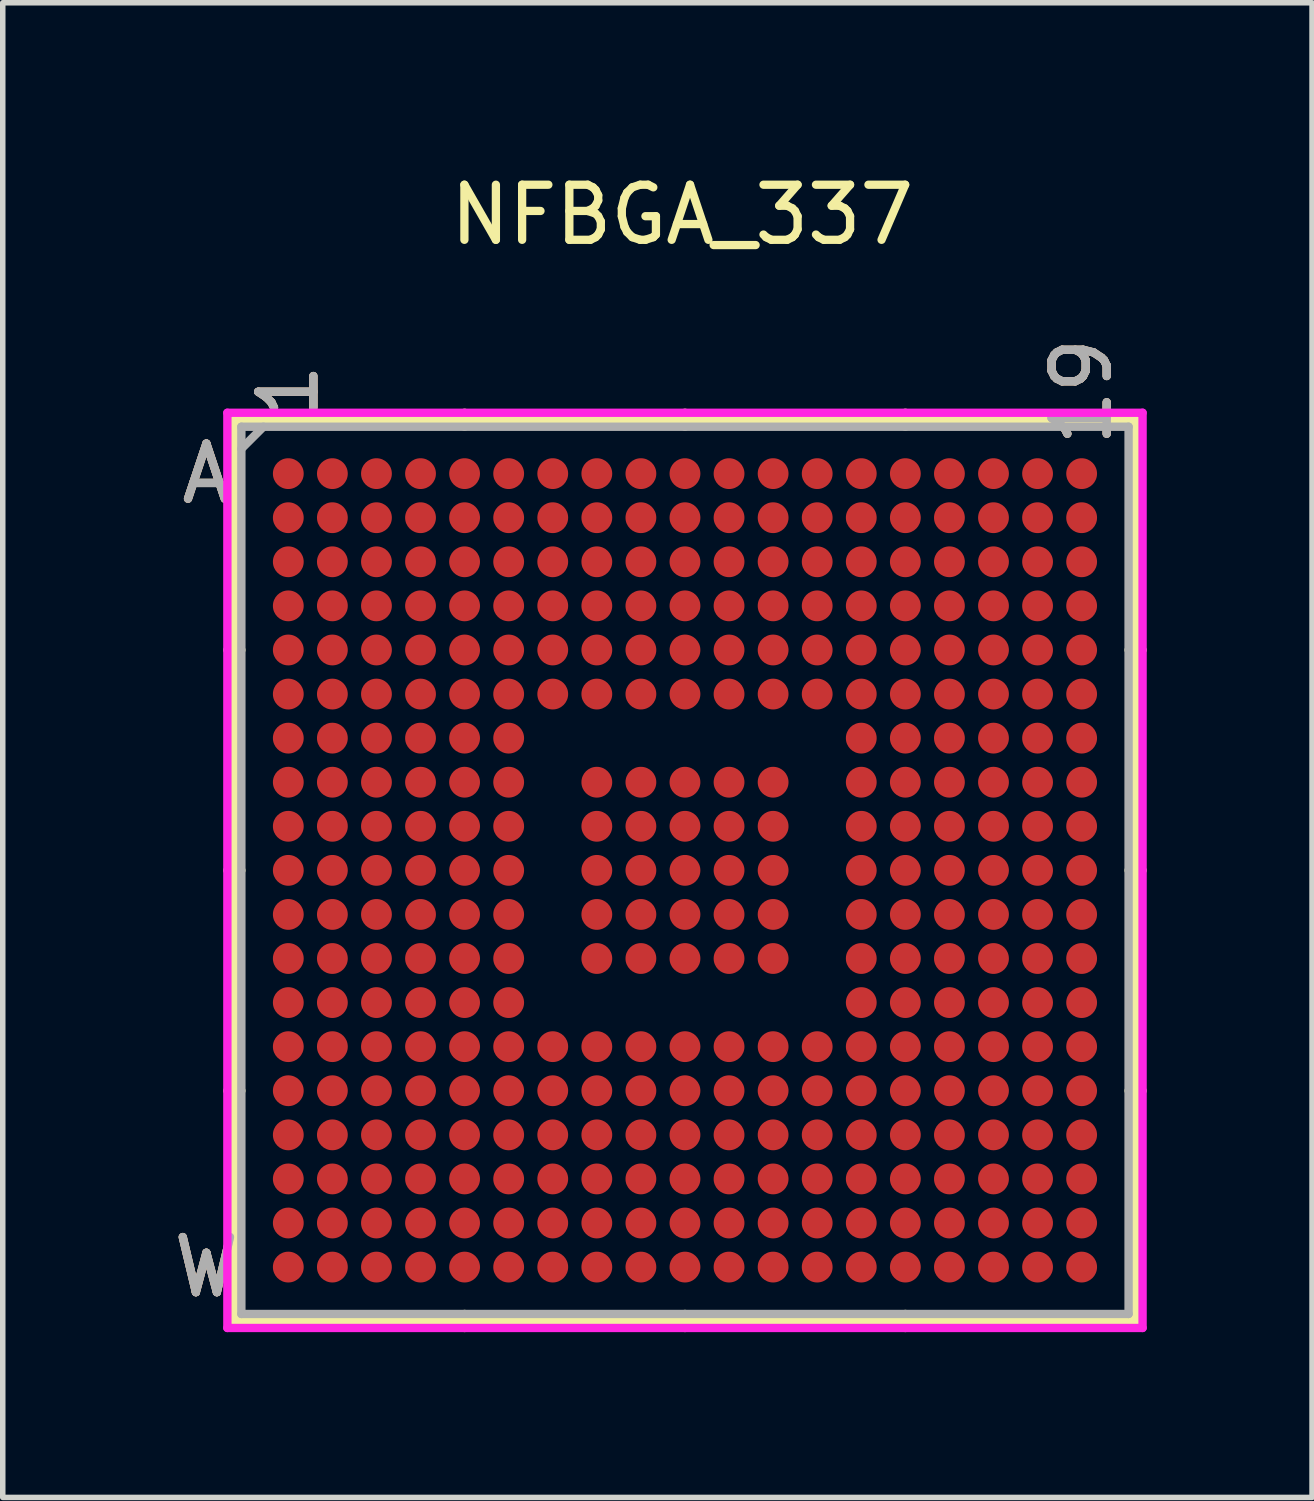
<source format=kicad_pcb>
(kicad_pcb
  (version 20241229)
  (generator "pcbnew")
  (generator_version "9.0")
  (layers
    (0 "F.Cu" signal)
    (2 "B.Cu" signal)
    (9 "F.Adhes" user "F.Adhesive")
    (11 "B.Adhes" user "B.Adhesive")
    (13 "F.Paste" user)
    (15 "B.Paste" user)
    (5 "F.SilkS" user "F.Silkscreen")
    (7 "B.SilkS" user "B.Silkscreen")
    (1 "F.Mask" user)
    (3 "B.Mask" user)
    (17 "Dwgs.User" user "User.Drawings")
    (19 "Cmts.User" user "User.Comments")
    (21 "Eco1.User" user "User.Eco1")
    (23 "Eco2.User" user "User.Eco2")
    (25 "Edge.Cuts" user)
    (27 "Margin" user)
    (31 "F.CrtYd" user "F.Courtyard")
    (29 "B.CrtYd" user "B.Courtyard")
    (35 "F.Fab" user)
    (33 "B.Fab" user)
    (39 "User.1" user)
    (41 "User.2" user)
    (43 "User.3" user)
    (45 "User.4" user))
  (footprint "NFBGA_337"
    (layer "F.Cu")
    (at 9.383 12.748)
    (property "Reference" "NFBGA_337" (at -0.051 -11.9 0) (layer "F.SilkS") (effects (font (size 1 1) (thickness 0.15))))
    (attr through_hole)
    (fp_line (start -8.179 -8.179) (end -8.179 8.179) (stroke (width 0.152) (type solid)) (layer "F.SilkS"))
    (fp_line (start -8.179 8.179) (end 8.179 8.179) (stroke (width 0.152) (type solid)) (layer "F.SilkS"))
    (fp_line (start -8.052 -4) (end -8.306 -4) (stroke (width 0.152) (type solid)) (layer "F.SilkS"))
    (fp_line (start -8.052 0) (end -8.306 0) (stroke (width 0.152) (type solid)) (layer "F.SilkS"))
    (fp_line (start -8.052 4) (end -8.306 4) (stroke (width 0.152) (type solid)) (layer "F.SilkS"))
    (fp_line (start -4 -8.052) (end -4 -8.306) (stroke (width 0.152) (type solid)) (layer "F.SilkS"))
    (fp_line (start -4 8.052) (end -4 8.306) (stroke (width 0.152) (type solid)) (layer "F.SilkS"))
    (fp_line (start 0 -8.052) (end 0 -8.306) (stroke (width 0.152) (type solid)) (layer "F.SilkS"))
    (fp_line (start 0 8.052) (end 0 8.306) (stroke (width 0.152) (type solid)) (layer "F.SilkS"))
    (fp_line (start 4 -8.052) (end 4 -8.306) (stroke (width 0.152) (type solid)) (layer "F.SilkS"))
    (fp_line (start 4 8.052) (end 4 8.306) (stroke (width 0.152) (type solid)) (layer "F.SilkS"))
    (fp_line (start 8.052 -4) (end 8.306 -4) (stroke (width 0.152) (type solid)) (layer "F.SilkS"))
    (fp_line (start 8.052 0) (end 8.306 0) (stroke (width 0.152) (type solid)) (layer "F.SilkS"))
    (fp_line (start 8.052 4) (end 8.306 4) (stroke (width 0.152) (type solid)) (layer "F.SilkS"))
    (fp_line (start 8.179 -8.179) (end -8.179 -8.179) (stroke (width 0.152) (type solid)) (layer "F.SilkS"))
    (fp_line (start 8.179 8.179) (end 8.179 -8.179) (stroke (width 0.152) (type solid)) (layer "F.SilkS"))
    (fp_line (start -8.306 -8.306) (end 8.306 -8.306) (stroke (width 0.152) (type solid)) (layer "F.CrtYd"))
    (fp_line (start -8.306 8.306) (end -8.306 -8.306) (stroke (width 0.152) (type solid)) (layer "F.CrtYd"))
    (fp_line (start 8.306 -8.306) (end 8.306 8.306) (stroke (width 0.152) (type solid)) (layer "F.CrtYd"))
    (fp_line (start 8.306 8.306) (end -8.306 8.306) (stroke (width 0.152) (type solid)) (layer "F.CrtYd"))
    (fp_line (start -8.052 -8.052) (end -8.052 8.052) (stroke (width 0.152) (type solid)) (layer "F.Fab"))
    (fp_line (start -8.052 8.052) (end 8.052 8.052) (stroke (width 0.152) (type solid)) (layer "F.Fab"))
    (fp_line (start -7.652 -8.052) (end -8.052 -7.652) (stroke (width 0.152) (type solid)) (layer "F.Fab"))
    (fp_line (start 8.052 -8.052) (end -8.052 -8.052) (stroke (width 0.152) (type solid)) (layer "F.Fab"))
    (fp_line (start 8.052 8.052) (end 8.052 -8.052) (stroke (width 0.152) (type solid)) (layer "F.Fab"))
    (fp_text user "1" (at -7.2 -8.687 90) (layer "F.SilkS") (effects (font (size 1 1) (thickness 0.15))))
    (fp_text user "A" (at -8.687 -7.201 0) (layer "F.SilkS") (effects (font (size 1 1) (thickness 0.15))))
    (fp_text user "19" (at 7.2 -8.687 90) (layer "F.SilkS") (effects (font (size 1 1) (thickness 0.15))))
    (fp_text user "W" (at -8.687 7.201 0) (layer "F.SilkS") (effects (font (size 1 1) (thickness 0.15))))
    (fp_text user "1" (at -7.2 -8.687 90) (layer "B.SilkS") (effects (font (size 1 1) (thickness 0.15))))
    (fp_text user "W" (at -8.687 7.201 0) (layer "B.SilkS") (effects (font (size 1 1) (thickness 0.15))))
    (fp_text user "A" (at -8.687 -7.201 0) (layer "B.SilkS") (effects (font (size 1 1) (thickness 0.15))))
    (fp_text user "19" (at 7.2 -8.687 90) (layer "B.SilkS") (effects (font (size 1 1) (thickness 0.15))))
    (fp_text user "A" (at -8.687 -7.201 0) (layer "F.Fab") (effects (font (size 1 1) (thickness 0.15))))
    (fp_text user "W" (at -8.687 7.201 0) (layer "F.Fab") (effects (font (size 1 1) (thickness 0.15))))
    (fp_text user "19" (at 7.2 -8.687 90) (layer "F.Fab") (effects (font (size 1 1) (thickness 0.15))))
    (fp_text user "1" (at -7.2 -8.687 90) (layer "F.Fab") (effects (font (size 1 1) (thickness 0.15))))
    (pad "A1" smd circle (at -7.2 -7.201) (size 0.559 0.559) (layers "F.Cu" "F.Mask" "F.Paste"))
    (pad "A2" smd circle (at -6.4 -7.201) (size 0.559 0.559) (layers "F.Cu" "F.Mask" "F.Paste"))
    (pad "A3" smd circle (at -5.6 -7.201) (size 0.559 0.559) (layers "F.Cu" "F.Mask" "F.Paste"))
    (pad "A4" smd circle (at -4.8 -7.201) (size 0.559 0.559) (layers "F.Cu" "F.Mask" "F.Paste"))
    (pad "A5" smd circle (at -4 -7.201) (size 0.559 0.559) (layers "F.Cu" "F.Mask" "F.Paste"))
    (pad "A6" smd circle (at -3.2 -7.201) (size 0.559 0.559) (layers "F.Cu" "F.Mask" "F.Paste"))
    (pad "A7" smd circle (at -2.4 -7.201) (size 0.559 0.559) (layers "F.Cu" "F.Mask" "F.Paste"))
    (pad "A8" smd circle (at -1.6 -7.201) (size 0.559 0.559) (layers "F.Cu" "F.Mask" "F.Paste"))
    (pad "A9" smd circle (at -0.8 -7.201) (size 0.559 0.559) (layers "F.Cu" "F.Mask" "F.Paste"))
    (pad "A10" smd circle (at 0 -7.201) (size 0.559 0.559) (layers "F.Cu" "F.Mask" "F.Paste"))
    (pad "A11" smd circle (at 0.8 -7.201) (size 0.559 0.559) (layers "F.Cu" "F.Mask" "F.Paste"))
    (pad "A12" smd circle (at 1.6 -7.201) (size 0.559 0.559) (layers "F.Cu" "F.Mask" "F.Paste"))
    (pad "A13" smd circle (at 2.4 -7.201) (size 0.559 0.559) (layers "F.Cu" "F.Mask" "F.Paste"))
    (pad "A14" smd circle (at 3.2 -7.201) (size 0.559 0.559) (layers "F.Cu" "F.Mask" "F.Paste"))
    (pad "A15" smd circle (at 4 -7.201) (size 0.559 0.559) (layers "F.Cu" "F.Mask" "F.Paste"))
    (pad "A16" smd circle (at 4.8 -7.201) (size 0.559 0.559) (layers "F.Cu" "F.Mask" "F.Paste"))
    (pad "A17" smd circle (at 5.6 -7.201) (size 0.559 0.559) (layers "F.Cu" "F.Mask" "F.Paste"))
    (pad "A18" smd circle (at 6.4 -7.201) (size 0.559 0.559) (layers "F.Cu" "F.Mask" "F.Paste"))
    (pad "A19" smd circle (at 7.2 -7.201) (size 0.559 0.559) (layers "F.Cu" "F.Mask" "F.Paste"))
    (pad "B1" smd circle (at -7.2 -6.401) (size 0.559 0.559) (layers "F.Cu" "F.Mask" "F.Paste"))
    (pad "B2" smd circle (at -6.4 -6.401) (size 0.559 0.559) (layers "F.Cu" "F.Mask" "F.Paste"))
    (pad "B3" smd circle (at -5.6 -6.401) (size 0.559 0.559) (layers "F.Cu" "F.Mask" "F.Paste"))
    (pad "B4" smd circle (at -4.8 -6.401) (size 0.559 0.559) (layers "F.Cu" "F.Mask" "F.Paste"))
    (pad "B5" smd circle (at -4 -6.401) (size 0.559 0.559) (layers "F.Cu" "F.Mask" "F.Paste"))
    (pad "B6" smd circle (at -3.2 -6.401) (size 0.559 0.559) (layers "F.Cu" "F.Mask" "F.Paste"))
    (pad "B7" smd circle (at -2.4 -6.401) (size 0.559 0.559) (layers "F.Cu" "F.Mask" "F.Paste"))
    (pad "B8" smd circle (at -1.6 -6.401) (size 0.559 0.559) (layers "F.Cu" "F.Mask" "F.Paste"))
    (pad "B9" smd circle (at -0.8 -6.401) (size 0.559 0.559) (layers "F.Cu" "F.Mask" "F.Paste"))
    (pad "B10" smd circle (at 0 -6.401) (size 0.559 0.559) (layers "F.Cu" "F.Mask" "F.Paste"))
    (pad "B11" smd circle (at 0.8 -6.401) (size 0.559 0.559) (layers "F.Cu" "F.Mask" "F.Paste"))
    (pad "B12" smd circle (at 1.6 -6.401) (size 0.559 0.559) (layers "F.Cu" "F.Mask" "F.Paste"))
    (pad "B13" smd circle (at 2.4 -6.401) (size 0.559 0.559) (layers "F.Cu" "F.Mask" "F.Paste"))
    (pad "B14" smd circle (at 3.2 -6.401) (size 0.559 0.559) (layers "F.Cu" "F.Mask" "F.Paste"))
    (pad "B15" smd circle (at 4 -6.401) (size 0.559 0.559) (layers "F.Cu" "F.Mask" "F.Paste"))
    (pad "B16" smd circle (at 4.8 -6.401) (size 0.559 0.559) (layers "F.Cu" "F.Mask" "F.Paste"))
    (pad "B17" smd circle (at 5.6 -6.401) (size 0.559 0.559) (layers "F.Cu" "F.Mask" "F.Paste"))
    (pad "B18" smd circle (at 6.4 -6.401) (size 0.559 0.559) (layers "F.Cu" "F.Mask" "F.Paste"))
    (pad "B19" smd circle (at 7.2 -6.401) (size 0.559 0.559) (layers "F.Cu" "F.Mask" "F.Paste"))
    (pad "C1" smd circle (at -7.2 -5.601) (size 0.559 0.559) (layers "F.Cu" "F.Mask" "F.Paste"))
    (pad "C2" smd circle (at -6.4 -5.601) (size 0.559 0.559) (layers "F.Cu" "F.Mask" "F.Paste"))
    (pad "C3" smd circle (at -5.6 -5.601) (size 0.559 0.559) (layers "F.Cu" "F.Mask" "F.Paste"))
    (pad "C4" smd circle (at -4.8 -5.601) (size 0.559 0.559) (layers "F.Cu" "F.Mask" "F.Paste"))
    (pad "C5" smd circle (at -4 -5.601) (size 0.559 0.559) (layers "F.Cu" "F.Mask" "F.Paste"))
    (pad "C6" smd circle (at -3.2 -5.601) (size 0.559 0.559) (layers "F.Cu" "F.Mask" "F.Paste"))
    (pad "C7" smd circle (at -2.4 -5.601) (size 0.559 0.559) (layers "F.Cu" "F.Mask" "F.Paste"))
    (pad "C8" smd circle (at -1.6 -5.601) (size 0.559 0.559) (layers "F.Cu" "F.Mask" "F.Paste"))
    (pad "C9" smd circle (at -0.8 -5.601) (size 0.559 0.559) (layers "F.Cu" "F.Mask" "F.Paste"))
    (pad "C10" smd circle (at 0 -5.601) (size 0.559 0.559) (layers "F.Cu" "F.Mask" "F.Paste"))
    (pad "C11" smd circle (at 0.8 -5.601) (size 0.559 0.559) (layers "F.Cu" "F.Mask" "F.Paste"))
    (pad "C12" smd circle (at 1.6 -5.601) (size 0.559 0.559) (layers "F.Cu" "F.Mask" "F.Paste"))
    (pad "C13" smd circle (at 2.4 -5.601) (size 0.559 0.559) (layers "F.Cu" "F.Mask" "F.Paste"))
    (pad "C14" smd circle (at 3.2 -5.601) (size 0.559 0.559) (layers "F.Cu" "F.Mask" "F.Paste"))
    (pad "C15" smd circle (at 4 -5.601) (size 0.559 0.559) (layers "F.Cu" "F.Mask" "F.Paste"))
    (pad "C16" smd circle (at 4.8 -5.601) (size 0.559 0.559) (layers "F.Cu" "F.Mask" "F.Paste"))
    (pad "C17" smd circle (at 5.6 -5.601) (size 0.559 0.559) (layers "F.Cu" "F.Mask" "F.Paste"))
    (pad "C18" smd circle (at 6.4 -5.601) (size 0.559 0.559) (layers "F.Cu" "F.Mask" "F.Paste"))
    (pad "C19" smd circle (at 7.2 -5.601) (size 0.559 0.559) (layers "F.Cu" "F.Mask" "F.Paste"))
    (pad "D1" smd circle (at -7.2 -4.801) (size 0.559 0.559) (layers "F.Cu" "F.Mask" "F.Paste"))
    (pad "D2" smd circle (at -6.4 -4.801) (size 0.559 0.559) (layers "F.Cu" "F.Mask" "F.Paste"))
    (pad "D3" smd circle (at -5.6 -4.801) (size 0.559 0.559) (layers "F.Cu" "F.Mask" "F.Paste"))
    (pad "D4" smd circle (at -4.8 -4.801) (size 0.559 0.559) (layers "F.Cu" "F.Mask" "F.Paste"))
    (pad "D5" smd circle (at -4 -4.801) (size 0.559 0.559) (layers "F.Cu" "F.Mask" "F.Paste"))
    (pad "D6" smd circle (at -3.2 -4.801) (size 0.559 0.559) (layers "F.Cu" "F.Mask" "F.Paste"))
    (pad "D7" smd circle (at -2.4 -4.801) (size 0.559 0.559) (layers "F.Cu" "F.Mask" "F.Paste"))
    (pad "D8" smd circle (at -1.6 -4.801) (size 0.559 0.559) (layers "F.Cu" "F.Mask" "F.Paste"))
    (pad "D9" smd circle (at -0.8 -4.801) (size 0.559 0.559) (layers "F.Cu" "F.Mask" "F.Paste"))
    (pad "D10" smd circle (at 0 -4.801) (size 0.559 0.559) (layers "F.Cu" "F.Mask" "F.Paste"))
    (pad "D11" smd circle (at 0.8 -4.801) (size 0.559 0.559) (layers "F.Cu" "F.Mask" "F.Paste"))
    (pad "D12" smd circle (at 1.6 -4.801) (size 0.559 0.559) (layers "F.Cu" "F.Mask" "F.Paste"))
    (pad "D13" smd circle (at 2.4 -4.801) (size 0.559 0.559) (layers "F.Cu" "F.Mask" "F.Paste"))
    (pad "D14" smd circle (at 3.2 -4.801) (size 0.559 0.559) (layers "F.Cu" "F.Mask" "F.Paste"))
    (pad "D15" smd circle (at 4 -4.801) (size 0.559 0.559) (layers "F.Cu" "F.Mask" "F.Paste"))
    (pad "D16" smd circle (at 4.8 -4.801) (size 0.559 0.559) (layers "F.Cu" "F.Mask" "F.Paste"))
    (pad "D17" smd circle (at 5.6 -4.801) (size 0.559 0.559) (layers "F.Cu" "F.Mask" "F.Paste"))
    (pad "D18" smd circle (at 6.4 -4.801) (size 0.559 0.559) (layers "F.Cu" "F.Mask" "F.Paste"))
    (pad "D19" smd circle (at 7.2 -4.801) (size 0.559 0.559) (layers "F.Cu" "F.Mask" "F.Paste"))
    (pad "E1" smd circle (at -7.2 -4) (size 0.559 0.559) (layers "F.Cu" "F.Mask" "F.Paste"))
    (pad "E2" smd circle (at -6.4 -4) (size 0.559 0.559) (layers "F.Cu" "F.Mask" "F.Paste"))
    (pad "E3" smd circle (at -5.6 -4) (size 0.559 0.559) (layers "F.Cu" "F.Mask" "F.Paste"))
    (pad "E4" smd circle (at -4.8 -4) (size 0.559 0.559) (layers "F.Cu" "F.Mask" "F.Paste"))
    (pad "E5" smd circle (at -4 -4) (size 0.559 0.559) (layers "F.Cu" "F.Mask" "F.Paste"))
    (pad "E6" smd circle (at -3.2 -4) (size 0.559 0.559) (layers "F.Cu" "F.Mask" "F.Paste"))
    (pad "E7" smd circle (at -2.4 -4) (size 0.559 0.559) (layers "F.Cu" "F.Mask" "F.Paste"))
    (pad "E8" smd circle (at -1.6 -4) (size 0.559 0.559) (layers "F.Cu" "F.Mask" "F.Paste"))
    (pad "E9" smd circle (at -0.8 -4) (size 0.559 0.559) (layers "F.Cu" "F.Mask" "F.Paste"))
    (pad "E10" smd circle (at 0 -4) (size 0.559 0.559) (layers "F.Cu" "F.Mask" "F.Paste"))
    (pad "E11" smd circle (at 0.8 -4) (size 0.559 0.559) (layers "F.Cu" "F.Mask" "F.Paste"))
    (pad "E12" smd circle (at 1.6 -4) (size 0.559 0.559) (layers "F.Cu" "F.Mask" "F.Paste"))
    (pad "E13" smd circle (at 2.4 -4) (size 0.559 0.559) (layers "F.Cu" "F.Mask" "F.Paste"))
    (pad "E14" smd circle (at 3.2 -4) (size 0.559 0.559) (layers "F.Cu" "F.Mask" "F.Paste"))
    (pad "E15" smd circle (at 4 -4) (size 0.559 0.559) (layers "F.Cu" "F.Mask" "F.Paste"))
    (pad "E16" smd circle (at 4.8 -4) (size 0.559 0.559) (layers "F.Cu" "F.Mask" "F.Paste"))
    (pad "E17" smd circle (at 5.6 -4) (size 0.559 0.559) (layers "F.Cu" "F.Mask" "F.Paste"))
    (pad "E18" smd circle (at 6.4 -4) (size 0.559 0.559) (layers "F.Cu" "F.Mask" "F.Paste"))
    (pad "E19" smd circle (at 7.2 -4) (size 0.559 0.559) (layers "F.Cu" "F.Mask" "F.Paste"))
    (pad "F1" smd circle (at -7.2 -3.2) (size 0.559 0.559) (layers "F.Cu" "F.Mask" "F.Paste"))
    (pad "F2" smd circle (at -6.4 -3.2) (size 0.559 0.559) (layers "F.Cu" "F.Mask" "F.Paste"))
    (pad "F3" smd circle (at -5.6 -3.2) (size 0.559 0.559) (layers "F.Cu" "F.Mask" "F.Paste"))
    (pad "F4" smd circle (at -4.8 -3.2) (size 0.559 0.559) (layers "F.Cu" "F.Mask" "F.Paste"))
    (pad "F5" smd circle (at -4 -3.2) (size 0.559 0.559) (layers "F.Cu" "F.Mask" "F.Paste"))
    (pad "F6" smd circle (at -3.2 -3.2) (size 0.559 0.559) (layers "F.Cu" "F.Mask" "F.Paste"))
    (pad "F7" smd circle (at -2.4 -3.2) (size 0.559 0.559) (layers "F.Cu" "F.Mask" "F.Paste"))
    (pad "F8" smd circle (at -1.6 -3.2) (size 0.559 0.559) (layers "F.Cu" "F.Mask" "F.Paste"))
    (pad "F9" smd circle (at -0.8 -3.2) (size 0.559 0.559) (layers "F.Cu" "F.Mask" "F.Paste"))
    (pad "F10" smd circle (at 0 -3.2) (size 0.559 0.559) (layers "F.Cu" "F.Mask" "F.Paste"))
    (pad "F11" smd circle (at 0.8 -3.2) (size 0.559 0.559) (layers "F.Cu" "F.Mask" "F.Paste"))
    (pad "F12" smd circle (at 1.6 -3.2) (size 0.559 0.559) (layers "F.Cu" "F.Mask" "F.Paste"))
    (pad "F13" smd circle (at 2.4 -3.2) (size 0.559 0.559) (layers "F.Cu" "F.Mask" "F.Paste"))
    (pad "F14" smd circle (at 3.2 -3.2) (size 0.559 0.559) (layers "F.Cu" "F.Mask" "F.Paste"))
    (pad "F15" smd circle (at 4 -3.2) (size 0.559 0.559) (layers "F.Cu" "F.Mask" "F.Paste"))
    (pad "F16" smd circle (at 4.8 -3.2) (size 0.559 0.559) (layers "F.Cu" "F.Mask" "F.Paste"))
    (pad "F17" smd circle (at 5.6 -3.2) (size 0.559 0.559) (layers "F.Cu" "F.Mask" "F.Paste"))
    (pad "F18" smd circle (at 6.4 -3.2) (size 0.559 0.559) (layers "F.Cu" "F.Mask" "F.Paste"))
    (pad "F19" smd circle (at 7.2 -3.2) (size 0.559 0.559) (layers "F.Cu" "F.Mask" "F.Paste"))
    (pad "G1" smd circle (at -7.2 -2.4) (size 0.559 0.559) (layers "F.Cu" "F.Mask" "F.Paste"))
    (pad "G2" smd circle (at -6.4 -2.4) (size 0.559 0.559) (layers "F.Cu" "F.Mask" "F.Paste"))
    (pad "G3" smd circle (at -5.6 -2.4) (size 0.559 0.559) (layers "F.Cu" "F.Mask" "F.Paste"))
    (pad "G4" smd circle (at -4.8 -2.4) (size 0.559 0.559) (layers "F.Cu" "F.Mask" "F.Paste"))
    (pad "G5" smd circle (at -4 -2.4) (size 0.559 0.559) (layers "F.Cu" "F.Mask" "F.Paste"))
    (pad "G6" smd circle (at -3.2 -2.4) (size 0.559 0.559) (layers "F.Cu" "F.Mask" "F.Paste"))
    (pad "G14" smd circle (at 3.2 -2.4) (size 0.559 0.559) (layers "F.Cu" "F.Mask" "F.Paste"))
    (pad "G15" smd circle (at 4 -2.4) (size 0.559 0.559) (layers "F.Cu" "F.Mask" "F.Paste"))
    (pad "G16" smd circle (at 4.8 -2.4) (size 0.559 0.559) (layers "F.Cu" "F.Mask" "F.Paste"))
    (pad "G17" smd circle (at 5.6 -2.4) (size 0.559 0.559) (layers "F.Cu" "F.Mask" "F.Paste"))
    (pad "G18" smd circle (at 6.4 -2.4) (size 0.559 0.559) (layers "F.Cu" "F.Mask" "F.Paste"))
    (pad "G19" smd circle (at 7.2 -2.4) (size 0.559 0.559) (layers "F.Cu" "F.Mask" "F.Paste"))
    (pad "H1" smd circle (at -7.2 -1.6) (size 0.559 0.559) (layers "F.Cu" "F.Mask" "F.Paste"))
    (pad "H2" smd circle (at -6.4 -1.6) (size 0.559 0.559) (layers "F.Cu" "F.Mask" "F.Paste"))
    (pad "H3" smd circle (at -5.6 -1.6) (size 0.559 0.559) (layers "F.Cu" "F.Mask" "F.Paste"))
    (pad "H4" smd circle (at -4.8 -1.6) (size 0.559 0.559) (layers "F.Cu" "F.Mask" "F.Paste"))
    (pad "H5" smd circle (at -4 -1.6) (size 0.559 0.559) (layers "F.Cu" "F.Mask" "F.Paste"))
    (pad "H6" smd circle (at -3.2 -1.6) (size 0.559 0.559) (layers "F.Cu" "F.Mask" "F.Paste"))
    (pad "H8" smd circle (at -1.6 -1.6) (size 0.559 0.559) (layers "F.Cu" "F.Mask" "F.Paste"))
    (pad "H9" smd circle (at -0.8 -1.6) (size 0.559 0.559) (layers "F.Cu" "F.Mask" "F.Paste"))
    (pad "H10" smd circle (at 0 -1.6) (size 0.559 0.559) (layers "F.Cu" "F.Mask" "F.Paste"))
    (pad "H11" smd circle (at 0.8 -1.6) (size 0.559 0.559) (layers "F.Cu" "F.Mask" "F.Paste"))
    (pad "H12" smd circle (at 1.6 -1.6) (size 0.559 0.559) (layers "F.Cu" "F.Mask" "F.Paste"))
    (pad "H14" smd circle (at 3.2 -1.6) (size 0.559 0.559) (layers "F.Cu" "F.Mask" "F.Paste"))
    (pad "H15" smd circle (at 4 -1.6) (size 0.559 0.559) (layers "F.Cu" "F.Mask" "F.Paste"))
    (pad "H16" smd circle (at 4.8 -1.6) (size 0.559 0.559) (layers "F.Cu" "F.Mask" "F.Paste"))
    (pad "H17" smd circle (at 5.6 -1.6) (size 0.559 0.559) (layers "F.Cu" "F.Mask" "F.Paste"))
    (pad "H18" smd circle (at 6.4 -1.6) (size 0.559 0.559) (layers "F.Cu" "F.Mask" "F.Paste"))
    (pad "H19" smd circle (at 7.2 -1.6) (size 0.559 0.559) (layers "F.Cu" "F.Mask" "F.Paste"))
    (pad "J1" smd circle (at -7.2 -0.8) (size 0.559 0.559) (layers "F.Cu" "F.Mask" "F.Paste"))
    (pad "J2" smd circle (at -6.4 -0.8) (size 0.559 0.559) (layers "F.Cu" "F.Mask" "F.Paste"))
    (pad "J3" smd circle (at -5.6 -0.8) (size 0.559 0.559) (layers "F.Cu" "F.Mask" "F.Paste"))
    (pad "J4" smd circle (at -4.8 -0.8) (size 0.559 0.559) (layers "F.Cu" "F.Mask" "F.Paste"))
    (pad "J5" smd circle (at -4 -0.8) (size 0.559 0.559) (layers "F.Cu" "F.Mask" "F.Paste"))
    (pad "J6" smd circle (at -3.2 -0.8) (size 0.559 0.559) (layers "F.Cu" "F.Mask" "F.Paste"))
    (pad "J8" smd circle (at -1.6 -0.8) (size 0.559 0.559) (layers "F.Cu" "F.Mask" "F.Paste"))
    (pad "J9" smd circle (at -0.8 -0.8) (size 0.559 0.559) (layers "F.Cu" "F.Mask" "F.Paste"))
    (pad "J10" smd circle (at 0 -0.8) (size 0.559 0.559) (layers "F.Cu" "F.Mask" "F.Paste"))
    (pad "J11" smd circle (at 0.8 -0.8) (size 0.559 0.559) (layers "F.Cu" "F.Mask" "F.Paste"))
    (pad "J12" smd circle (at 1.6 -0.8) (size 0.559 0.559) (layers "F.Cu" "F.Mask" "F.Paste"))
    (pad "J14" smd circle (at 3.2 -0.8) (size 0.559 0.559) (layers "F.Cu" "F.Mask" "F.Paste"))
    (pad "J15" smd circle (at 4 -0.8) (size 0.559 0.559) (layers "F.Cu" "F.Mask" "F.Paste"))
    (pad "J16" smd circle (at 4.8 -0.8) (size 0.559 0.559) (layers "F.Cu" "F.Mask" "F.Paste"))
    (pad "J17" smd circle (at 5.6 -0.8) (size 0.559 0.559) (layers "F.Cu" "F.Mask" "F.Paste"))
    (pad "J18" smd circle (at 6.4 -0.8) (size 0.559 0.559) (layers "F.Cu" "F.Mask" "F.Paste"))
    (pad "J19" smd circle (at 7.2 -0.8) (size 0.559 0.559) (layers "F.Cu" "F.Mask" "F.Paste"))
    (pad "K1" smd circle (at -7.2 0) (size 0.559 0.559) (layers "F.Cu" "F.Mask" "F.Paste"))
    (pad "K2" smd circle (at -6.4 0) (size 0.559 0.559) (layers "F.Cu" "F.Mask" "F.Paste"))
    (pad "K3" smd circle (at -5.6 0) (size 0.559 0.559) (layers "F.Cu" "F.Mask" "F.Paste"))
    (pad "K4" smd circle (at -4.8 0) (size 0.559 0.559) (layers "F.Cu" "F.Mask" "F.Paste"))
    (pad "K5" smd circle (at -4 0) (size 0.559 0.559) (layers "F.Cu" "F.Mask" "F.Paste"))
    (pad "K6" smd circle (at -3.2 0) (size 0.559 0.559) (layers "F.Cu" "F.Mask" "F.Paste"))
    (pad "K8" smd circle (at -1.6 0) (size 0.559 0.559) (layers "F.Cu" "F.Mask" "F.Paste"))
    (pad "K9" smd circle (at -0.8 0) (size 0.559 0.559) (layers "F.Cu" "F.Mask" "F.Paste"))
    (pad "K10" smd circle (at 0 0) (size 0.559 0.559) (layers "F.Cu" "F.Mask" "F.Paste"))
    (pad "K11" smd circle (at 0.8 0) (size 0.559 0.559) (layers "F.Cu" "F.Mask" "F.Paste"))
    (pad "K12" smd circle (at 1.6 0) (size 0.559 0.559) (layers "F.Cu" "F.Mask" "F.Paste"))
    (pad "K14" smd circle (at 3.2 0) (size 0.559 0.559) (layers "F.Cu" "F.Mask" "F.Paste"))
    (pad "K15" smd circle (at 4 0) (size 0.559 0.559) (layers "F.Cu" "F.Mask" "F.Paste"))
    (pad "K16" smd circle (at 4.8 0) (size 0.559 0.559) (layers "F.Cu" "F.Mask" "F.Paste"))
    (pad "K17" smd circle (at 5.6 0) (size 0.559 0.559) (layers "F.Cu" "F.Mask" "F.Paste"))
    (pad "K18" smd circle (at 6.4 0) (size 0.559 0.559) (layers "F.Cu" "F.Mask" "F.Paste"))
    (pad "K19" smd circle (at 7.2 0) (size 0.559 0.559) (layers "F.Cu" "F.Mask" "F.Paste"))
    (pad "L1" smd circle (at -7.2 0.8) (size 0.559 0.559) (layers "F.Cu" "F.Mask" "F.Paste"))
    (pad "L2" smd circle (at -6.4 0.8) (size 0.559 0.559) (layers "F.Cu" "F.Mask" "F.Paste"))
    (pad "L3" smd circle (at -5.6 0.8) (size 0.559 0.559) (layers "F.Cu" "F.Mask" "F.Paste"))
    (pad "L4" smd circle (at -4.8 0.8) (size 0.559 0.559) (layers "F.Cu" "F.Mask" "F.Paste"))
    (pad "L5" smd circle (at -4 0.8) (size 0.559 0.559) (layers "F.Cu" "F.Mask" "F.Paste"))
    (pad "L6" smd circle (at -3.2 0.8) (size 0.559 0.559) (layers "F.Cu" "F.Mask" "F.Paste"))
    (pad "L8" smd circle (at -1.6 0.8) (size 0.559 0.559) (layers "F.Cu" "F.Mask" "F.Paste"))
    (pad "L9" smd circle (at -0.8 0.8) (size 0.559 0.559) (layers "F.Cu" "F.Mask" "F.Paste"))
    (pad "L10" smd circle (at 0 0.8) (size 0.559 0.559) (layers "F.Cu" "F.Mask" "F.Paste"))
    (pad "L11" smd circle (at 0.8 0.8) (size 0.559 0.559) (layers "F.Cu" "F.Mask" "F.Paste"))
    (pad "L12" smd circle (at 1.6 0.8) (size 0.559 0.559) (layers "F.Cu" "F.Mask" "F.Paste"))
    (pad "L14" smd circle (at 3.2 0.8) (size 0.559 0.559) (layers "F.Cu" "F.Mask" "F.Paste"))
    (pad "L15" smd circle (at 4 0.8) (size 0.559 0.559) (layers "F.Cu" "F.Mask" "F.Paste"))
    (pad "L16" smd circle (at 4.8 0.8) (size 0.559 0.559) (layers "F.Cu" "F.Mask" "F.Paste"))
    (pad "L17" smd circle (at 5.6 0.8) (size 0.559 0.559) (layers "F.Cu" "F.Mask" "F.Paste"))
    (pad "L18" smd circle (at 6.4 0.8) (size 0.559 0.559) (layers "F.Cu" "F.Mask" "F.Paste"))
    (pad "L19" smd circle (at 7.2 0.8) (size 0.559 0.559) (layers "F.Cu" "F.Mask" "F.Paste"))
    (pad "M1" smd circle (at -7.2 1.6) (size 0.559 0.559) (layers "F.Cu" "F.Mask" "F.Paste"))
    (pad "M2" smd circle (at -6.4 1.6) (size 0.559 0.559) (layers "F.Cu" "F.Mask" "F.Paste"))
    (pad "M3" smd circle (at -5.6 1.6) (size 0.559 0.559) (layers "F.Cu" "F.Mask" "F.Paste"))
    (pad "M4" smd circle (at -4.8 1.6) (size 0.559 0.559) (layers "F.Cu" "F.Mask" "F.Paste"))
    (pad "M5" smd circle (at -4 1.6) (size 0.559 0.559) (layers "F.Cu" "F.Mask" "F.Paste"))
    (pad "M6" smd circle (at -3.2 1.6) (size 0.559 0.559) (layers "F.Cu" "F.Mask" "F.Paste"))
    (pad "M8" smd circle (at -1.6 1.6) (size 0.559 0.559) (layers "F.Cu" "F.Mask" "F.Paste"))
    (pad "M9" smd circle (at -0.8 1.6) (size 0.559 0.559) (layers "F.Cu" "F.Mask" "F.Paste"))
    (pad "M10" smd circle (at 0 1.6) (size 0.559 0.559) (layers "F.Cu" "F.Mask" "F.Paste"))
    (pad "M11" smd circle (at 0.8 1.6) (size 0.559 0.559) (layers "F.Cu" "F.Mask" "F.Paste"))
    (pad "M12" smd circle (at 1.6 1.6) (size 0.559 0.559) (layers "F.Cu" "F.Mask" "F.Paste"))
    (pad "M14" smd circle (at 3.2 1.6) (size 0.559 0.559) (layers "F.Cu" "F.Mask" "F.Paste"))
    (pad "M15" smd circle (at 4 1.6) (size 0.559 0.559) (layers "F.Cu" "F.Mask" "F.Paste"))
    (pad "M16" smd circle (at 4.8 1.6) (size 0.559 0.559) (layers "F.Cu" "F.Mask" "F.Paste"))
    (pad "M17" smd circle (at 5.6 1.6) (size 0.559 0.559) (layers "F.Cu" "F.Mask" "F.Paste"))
    (pad "M18" smd circle (at 6.4 1.6) (size 0.559 0.559) (layers "F.Cu" "F.Mask" "F.Paste"))
    (pad "M19" smd circle (at 7.2 1.6) (size 0.559 0.559) (layers "F.Cu" "F.Mask" "F.Paste"))
    (pad "N1" smd circle (at -7.2 2.4) (size 0.559 0.559) (layers "F.Cu" "F.Mask" "F.Paste"))
    (pad "N2" smd circle (at -6.4 2.4) (size 0.559 0.559) (layers "F.Cu" "F.Mask" "F.Paste"))
    (pad "N3" smd circle (at -5.6 2.4) (size 0.559 0.559) (layers "F.Cu" "F.Mask" "F.Paste"))
    (pad "N4" smd circle (at -4.8 2.4) (size 0.559 0.559) (layers "F.Cu" "F.Mask" "F.Paste"))
    (pad "N5" smd circle (at -4 2.4) (size 0.559 0.559) (layers "F.Cu" "F.Mask" "F.Paste"))
    (pad "N6" smd circle (at -3.2 2.4) (size 0.559 0.559) (layers "F.Cu" "F.Mask" "F.Paste"))
    (pad "N14" smd circle (at 3.2 2.4) (size 0.559 0.559) (layers "F.Cu" "F.Mask" "F.Paste"))
    (pad "N15" smd circle (at 4 2.4) (size 0.559 0.559) (layers "F.Cu" "F.Mask" "F.Paste"))
    (pad "N16" smd circle (at 4.8 2.4) (size 0.559 0.559) (layers "F.Cu" "F.Mask" "F.Paste"))
    (pad "N17" smd circle (at 5.6 2.4) (size 0.559 0.559) (layers "F.Cu" "F.Mask" "F.Paste"))
    (pad "N18" smd circle (at 6.4 2.4) (size 0.559 0.559) (layers "F.Cu" "F.Mask" "F.Paste"))
    (pad "N19" smd circle (at 7.2 2.4) (size 0.559 0.559) (layers "F.Cu" "F.Mask" "F.Paste"))
    (pad "P1" smd circle (at -7.2 3.2) (size 0.559 0.559) (layers "F.Cu" "F.Mask" "F.Paste"))
    (pad "P2" smd circle (at -6.4 3.2) (size 0.559 0.559) (layers "F.Cu" "F.Mask" "F.Paste"))
    (pad "P3" smd circle (at -5.6 3.2) (size 0.559 0.559) (layers "F.Cu" "F.Mask" "F.Paste"))
    (pad "P4" smd circle (at -4.8 3.2) (size 0.559 0.559) (layers "F.Cu" "F.Mask" "F.Paste"))
    (pad "P5" smd circle (at -4 3.2) (size 0.559 0.559) (layers "F.Cu" "F.Mask" "F.Paste"))
    (pad "P6" smd circle (at -3.2 3.2) (size 0.559 0.559) (layers "F.Cu" "F.Mask" "F.Paste"))
    (pad "P7" smd circle (at -2.4 3.2) (size 0.559 0.559) (layers "F.Cu" "F.Mask" "F.Paste"))
    (pad "P8" smd circle (at -1.6 3.2) (size 0.559 0.559) (layers "F.Cu" "F.Mask" "F.Paste"))
    (pad "P9" smd circle (at -0.8 3.2) (size 0.559 0.559) (layers "F.Cu" "F.Mask" "F.Paste"))
    (pad "P10" smd circle (at 0 3.2) (size 0.559 0.559) (layers "F.Cu" "F.Mask" "F.Paste"))
    (pad "P11" smd circle (at 0.8 3.2) (size 0.559 0.559) (layers "F.Cu" "F.Mask" "F.Paste"))
    (pad "P12" smd circle (at 1.6 3.2) (size 0.559 0.559) (layers "F.Cu" "F.Mask" "F.Paste"))
    (pad "P13" smd circle (at 2.4 3.2) (size 0.559 0.559) (layers "F.Cu" "F.Mask" "F.Paste"))
    (pad "P14" smd circle (at 3.2 3.2) (size 0.559 0.559) (layers "F.Cu" "F.Mask" "F.Paste"))
    (pad "P15" smd circle (at 4 3.2) (size 0.559 0.559) (layers "F.Cu" "F.Mask" "F.Paste"))
    (pad "P16" smd circle (at 4.8 3.2) (size 0.559 0.559) (layers "F.Cu" "F.Mask" "F.Paste"))
    (pad "P17" smd circle (at 5.6 3.2) (size 0.559 0.559) (layers "F.Cu" "F.Mask" "F.Paste"))
    (pad "P18" smd circle (at 6.4 3.2) (size 0.559 0.559) (layers "F.Cu" "F.Mask" "F.Paste"))
    (pad "P19" smd circle (at 7.2 3.2) (size 0.559 0.559) (layers "F.Cu" "F.Mask" "F.Paste"))
    (pad "R1" smd circle (at -7.2 4) (size 0.559 0.559) (layers "F.Cu" "F.Mask" "F.Paste"))
    (pad "R2" smd circle (at -6.4 4) (size 0.559 0.559) (layers "F.Cu" "F.Mask" "F.Paste"))
    (pad "R3" smd circle (at -5.6 4) (size 0.559 0.559) (layers "F.Cu" "F.Mask" "F.Paste"))
    (pad "R4" smd circle (at -4.8 4) (size 0.559 0.559) (layers "F.Cu" "F.Mask" "F.Paste"))
    (pad "R5" smd circle (at -4 4) (size 0.559 0.559) (layers "F.Cu" "F.Mask" "F.Paste"))
    (pad "R6" smd circle (at -3.2 4) (size 0.559 0.559) (layers "F.Cu" "F.Mask" "F.Paste"))
    (pad "R7" smd circle (at -2.4 4) (size 0.559 0.559) (layers "F.Cu" "F.Mask" "F.Paste"))
    (pad "R8" smd circle (at -1.6 4) (size 0.559 0.559) (layers "F.Cu" "F.Mask" "F.Paste"))
    (pad "R9" smd circle (at -0.8 4) (size 0.559 0.559) (layers "F.Cu" "F.Mask" "F.Paste"))
    (pad "R10" smd circle (at 0 4) (size 0.559 0.559) (layers "F.Cu" "F.Mask" "F.Paste"))
    (pad "R11" smd circle (at 0.8 4) (size 0.559 0.559) (layers "F.Cu" "F.Mask" "F.Paste"))
    (pad "R12" smd circle (at 1.6 4) (size 0.559 0.559) (layers "F.Cu" "F.Mask" "F.Paste"))
    (pad "R13" smd circle (at 2.4 4) (size 0.559 0.559) (layers "F.Cu" "F.Mask" "F.Paste"))
    (pad "R14" smd circle (at 3.2 4) (size 0.559 0.559) (layers "F.Cu" "F.Mask" "F.Paste"))
    (pad "R15" smd circle (at 4 4) (size 0.559 0.559) (layers "F.Cu" "F.Mask" "F.Paste"))
    (pad "R16" smd circle (at 4.8 4) (size 0.559 0.559) (layers "F.Cu" "F.Mask" "F.Paste"))
    (pad "R17" smd circle (at 5.6 4) (size 0.559 0.559) (layers "F.Cu" "F.Mask" "F.Paste"))
    (pad "R18" smd circle (at 6.4 4) (size 0.559 0.559) (layers "F.Cu" "F.Mask" "F.Paste"))
    (pad "R19" smd circle (at 7.2 4) (size 0.559 0.559) (layers "F.Cu" "F.Mask" "F.Paste"))
    (pad "T1" smd circle (at -7.2 4.801) (size 0.559 0.559) (layers "F.Cu" "F.Mask" "F.Paste"))
    (pad "T2" smd circle (at -6.4 4.801) (size 0.559 0.559) (layers "F.Cu" "F.Mask" "F.Paste"))
    (pad "T3" smd circle (at -5.6 4.801) (size 0.559 0.559) (layers "F.Cu" "F.Mask" "F.Paste"))
    (pad "T4" smd circle (at -4.8 4.801) (size 0.559 0.559) (layers "F.Cu" "F.Mask" "F.Paste"))
    (pad "T5" smd circle (at -4 4.801) (size 0.559 0.559) (layers "F.Cu" "F.Mask" "F.Paste"))
    (pad "T6" smd circle (at -3.2 4.801) (size 0.559 0.559) (layers "F.Cu" "F.Mask" "F.Paste"))
    (pad "T7" smd circle (at -2.4 4.801) (size 0.559 0.559) (layers "F.Cu" "F.Mask" "F.Paste"))
    (pad "T8" smd circle (at -1.6 4.801) (size 0.559 0.559) (layers "F.Cu" "F.Mask" "F.Paste"))
    (pad "T9" smd circle (at -0.8 4.801) (size 0.559 0.559) (layers "F.Cu" "F.Mask" "F.Paste"))
    (pad "T10" smd circle (at 0 4.801) (size 0.559 0.559) (layers "F.Cu" "F.Mask" "F.Paste"))
    (pad "T11" smd circle (at 0.8 4.801) (size 0.559 0.559) (layers "F.Cu" "F.Mask" "F.Paste"))
    (pad "T12" smd circle (at 1.6 4.801) (size 0.559 0.559) (layers "F.Cu" "F.Mask" "F.Paste"))
    (pad "T13" smd circle (at 2.4 4.801) (size 0.559 0.559) (layers "F.Cu" "F.Mask" "F.Paste"))
    (pad "T14" smd circle (at 3.2 4.801) (size 0.559 0.559) (layers "F.Cu" "F.Mask" "F.Paste"))
    (pad "T15" smd circle (at 4 4.801) (size 0.559 0.559) (layers "F.Cu" "F.Mask" "F.Paste"))
    (pad "T16" smd circle (at 4.8 4.801) (size 0.559 0.559) (layers "F.Cu" "F.Mask" "F.Paste"))
    (pad "T17" smd circle (at 5.6 4.801) (size 0.559 0.559) (layers "F.Cu" "F.Mask" "F.Paste"))
    (pad "T18" smd circle (at 6.4 4.801) (size 0.559 0.559) (layers "F.Cu" "F.Mask" "F.Paste"))
    (pad "T19" smd circle (at 7.2 4.801) (size 0.559 0.559) (layers "F.Cu" "F.Mask" "F.Paste"))
    (pad "U1" smd circle (at -7.2 5.601) (size 0.559 0.559) (layers "F.Cu" "F.Mask" "F.Paste"))
    (pad "U2" smd circle (at -6.4 5.601) (size 0.559 0.559) (layers "F.Cu" "F.Mask" "F.Paste"))
    (pad "U3" smd circle (at -5.6 5.601) (size 0.559 0.559) (layers "F.Cu" "F.Mask" "F.Paste"))
    (pad "U4" smd circle (at -4.8 5.601) (size 0.559 0.559) (layers "F.Cu" "F.Mask" "F.Paste"))
    (pad "U5" smd circle (at -4 5.601) (size 0.559 0.559) (layers "F.Cu" "F.Mask" "F.Paste"))
    (pad "U6" smd circle (at -3.2 5.601) (size 0.559 0.559) (layers "F.Cu" "F.Mask" "F.Paste"))
    (pad "U7" smd circle (at -2.4 5.601) (size 0.559 0.559) (layers "F.Cu" "F.Mask" "F.Paste"))
    (pad "U8" smd circle (at -1.6 5.601) (size 0.559 0.559) (layers "F.Cu" "F.Mask" "F.Paste"))
    (pad "U9" smd circle (at -0.8 5.601) (size 0.559 0.559) (layers "F.Cu" "F.Mask" "F.Paste"))
    (pad "U10" smd circle (at 0 5.601) (size 0.559 0.559) (layers "F.Cu" "F.Mask" "F.Paste"))
    (pad "U11" smd circle (at 0.8 5.601) (size 0.559 0.559) (layers "F.Cu" "F.Mask" "F.Paste"))
    (pad "U12" smd circle (at 1.6 5.601) (size 0.559 0.559) (layers "F.Cu" "F.Mask" "F.Paste"))
    (pad "U13" smd circle (at 2.4 5.601) (size 0.559 0.559) (layers "F.Cu" "F.Mask" "F.Paste"))
    (pad "U14" smd circle (at 3.2 5.601) (size 0.559 0.559) (layers "F.Cu" "F.Mask" "F.Paste"))
    (pad "U15" smd circle (at 4 5.601) (size 0.559 0.559) (layers "F.Cu" "F.Mask" "F.Paste"))
    (pad "U16" smd circle (at 4.8 5.601) (size 0.559 0.559) (layers "F.Cu" "F.Mask" "F.Paste"))
    (pad "U17" smd circle (at 5.6 5.601) (size 0.559 0.559) (layers "F.Cu" "F.Mask" "F.Paste"))
    (pad "U18" smd circle (at 6.4 5.601) (size 0.559 0.559) (layers "F.Cu" "F.Mask" "F.Paste"))
    (pad "U19" smd circle (at 7.2 5.601) (size 0.559 0.559) (layers "F.Cu" "F.Mask" "F.Paste"))
    (pad "V1" smd circle (at -7.2 6.401) (size 0.559 0.559) (layers "F.Cu" "F.Mask" "F.Paste"))
    (pad "V2" smd circle (at -6.4 6.401) (size 0.559 0.559) (layers "F.Cu" "F.Mask" "F.Paste"))
    (pad "V3" smd circle (at -5.6 6.401) (size 0.559 0.559) (layers "F.Cu" "F.Mask" "F.Paste"))
    (pad "V4" smd circle (at -4.8 6.401) (size 0.559 0.559) (layers "F.Cu" "F.Mask" "F.Paste"))
    (pad "V5" smd circle (at -4 6.401) (size 0.559 0.559) (layers "F.Cu" "F.Mask" "F.Paste"))
    (pad "V6" smd circle (at -3.2 6.401) (size 0.559 0.559) (layers "F.Cu" "F.Mask" "F.Paste"))
    (pad "V7" smd circle (at -2.4 6.401) (size 0.559 0.559) (layers "F.Cu" "F.Mask" "F.Paste"))
    (pad "V8" smd circle (at -1.6 6.401) (size 0.559 0.559) (layers "F.Cu" "F.Mask" "F.Paste"))
    (pad "V9" smd circle (at -0.8 6.401) (size 0.559 0.559) (layers "F.Cu" "F.Mask" "F.Paste"))
    (pad "V10" smd circle (at 0 6.401) (size 0.559 0.559) (layers "F.Cu" "F.Mask" "F.Paste"))
    (pad "V11" smd circle (at 0.8 6.401) (size 0.559 0.559) (layers "F.Cu" "F.Mask" "F.Paste"))
    (pad "V12" smd circle (at 1.6 6.401) (size 0.559 0.559) (layers "F.Cu" "F.Mask" "F.Paste"))
    (pad "V13" smd circle (at 2.4 6.401) (size 0.559 0.559) (layers "F.Cu" "F.Mask" "F.Paste"))
    (pad "V14" smd circle (at 3.2 6.401) (size 0.559 0.559) (layers "F.Cu" "F.Mask" "F.Paste"))
    (pad "V15" smd circle (at 4 6.401) (size 0.559 0.559) (layers "F.Cu" "F.Mask" "F.Paste"))
    (pad "V16" smd circle (at 4.8 6.401) (size 0.559 0.559) (layers "F.Cu" "F.Mask" "F.Paste"))
    (pad "V17" smd circle (at 5.6 6.401) (size 0.559 0.559) (layers "F.Cu" "F.Mask" "F.Paste"))
    (pad "V18" smd circle (at 6.4 6.401) (size 0.559 0.559) (layers "F.Cu" "F.Mask" "F.Paste"))
    (pad "V19" smd circle (at 7.2 6.401) (size 0.559 0.559) (layers "F.Cu" "F.Mask" "F.Paste"))
    (pad "W1" smd circle (at -7.2 7.201) (size 0.559 0.559) (layers "F.Cu" "F.Mask" "F.Paste"))
    (pad "W2" smd circle (at -6.4 7.201) (size 0.559 0.559) (layers "F.Cu" "F.Mask" "F.Paste"))
    (pad "W3" smd circle (at -5.6 7.201) (size 0.559 0.559) (layers "F.Cu" "F.Mask" "F.Paste"))
    (pad "W4" smd circle (at -4.8 7.201) (size 0.559 0.559) (layers "F.Cu" "F.Mask" "F.Paste"))
    (pad "W5" smd circle (at -4 7.201) (size 0.559 0.559) (layers "F.Cu" "F.Mask" "F.Paste"))
    (pad "W6" smd circle (at -3.2 7.201) (size 0.559 0.559) (layers "F.Cu" "F.Mask" "F.Paste"))
    (pad "W7" smd circle (at -2.4 7.201) (size 0.559 0.559) (layers "F.Cu" "F.Mask" "F.Paste"))
    (pad "W8" smd circle (at -1.6 7.201) (size 0.559 0.559) (layers "F.Cu" "F.Mask" "F.Paste"))
    (pad "W9" smd circle (at -0.8 7.201) (size 0.559 0.559) (layers "F.Cu" "F.Mask" "F.Paste"))
    (pad "W10" smd circle (at 0 7.201) (size 0.559 0.559) (layers "F.Cu" "F.Mask" "F.Paste"))
    (pad "W11" smd circle (at 0.8 7.201) (size 0.559 0.559) (layers "F.Cu" "F.Mask" "F.Paste"))
    (pad "W12" smd circle (at 1.6 7.201) (size 0.559 0.559) (layers "F.Cu" "F.Mask" "F.Paste"))
    (pad "W13" smd circle (at 2.4 7.201) (size 0.559 0.559) (layers "F.Cu" "F.Mask" "F.Paste"))
    (pad "W14" smd circle (at 3.2 7.201) (size 0.559 0.559) (layers "F.Cu" "F.Mask" "F.Paste"))
    (pad "W15" smd circle (at 4 7.201) (size 0.559 0.559) (layers "F.Cu" "F.Mask" "F.Paste"))
    (pad "W16" smd circle (at 4.8 7.201) (size 0.559 0.559) (layers "F.Cu" "F.Mask" "F.Paste"))
    (pad "W17" smd circle (at 5.6 7.201) (size 0.559 0.559) (layers "F.Cu" "F.Mask" "F.Paste"))
    (pad "W18" smd circle (at 6.4 7.201) (size 0.559 0.559) (layers "F.Cu" "F.Mask" "F.Paste"))
    (pad "W19" smd circle (at 7.2 7.201) (size 0.559 0.559) (layers "F.Cu" "F.Mask" "F.Paste")))
  (gr_rect
    (start -3 -3)
    (end 20.765 24.13)
    (stroke (width 0.1) (type default))
    (fill no)
    (layer "Edge.Cuts")))
</source>
